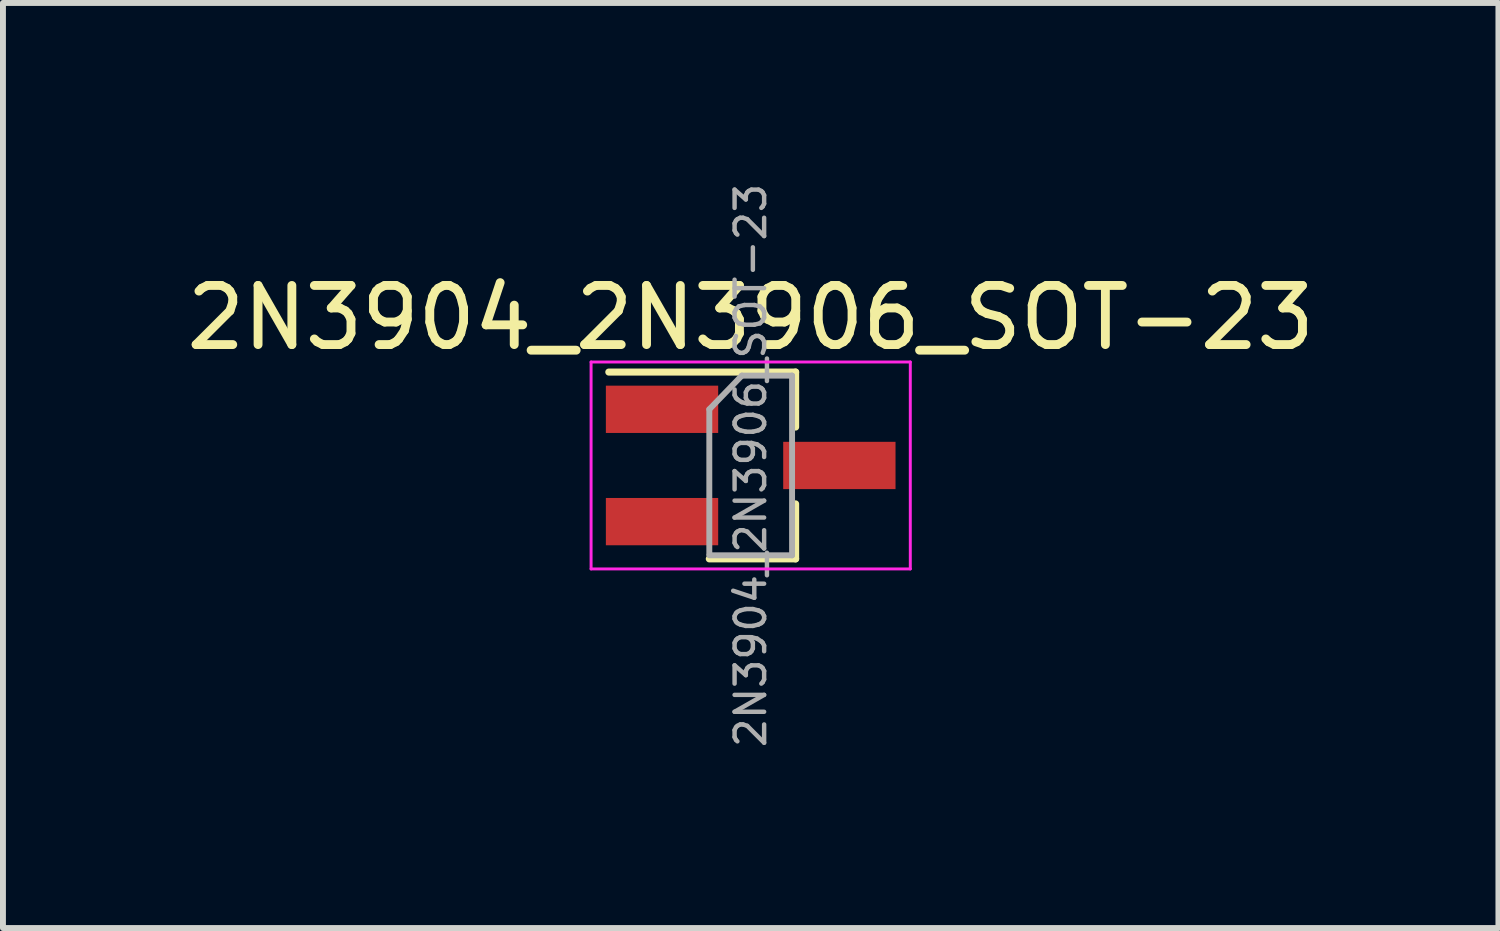
<source format=kicad_pcb>
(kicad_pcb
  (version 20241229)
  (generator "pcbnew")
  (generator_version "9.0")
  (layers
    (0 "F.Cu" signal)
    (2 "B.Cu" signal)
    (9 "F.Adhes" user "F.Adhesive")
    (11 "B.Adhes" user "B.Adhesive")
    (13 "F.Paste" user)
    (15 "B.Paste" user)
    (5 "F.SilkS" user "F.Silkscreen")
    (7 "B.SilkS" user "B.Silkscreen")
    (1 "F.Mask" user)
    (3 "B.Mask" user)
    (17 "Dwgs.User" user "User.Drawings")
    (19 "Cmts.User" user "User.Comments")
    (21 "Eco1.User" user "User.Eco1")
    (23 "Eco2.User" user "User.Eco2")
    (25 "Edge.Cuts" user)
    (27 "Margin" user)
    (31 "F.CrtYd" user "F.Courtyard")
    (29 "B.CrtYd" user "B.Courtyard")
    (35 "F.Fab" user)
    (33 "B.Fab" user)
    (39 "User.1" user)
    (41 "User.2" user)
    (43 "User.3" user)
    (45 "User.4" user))
  (footprint "2N3904_2N3906_SOT-23"
    (layer "F.Cu")
    (at 9.649 4.824)
    (property "Reference" "2N3904_2N3906_SOT-23" (at 0 -2.5 0) (layer "F.SilkS") (effects (font (size 1 1) (thickness 0.15))))
    (attr smd)
    (fp_line (start 0.76 -1.58) (end -2.4 -1.58) (stroke (width 0.12) (type solid)) (layer "F.SilkS"))
    (fp_line (start 0.76 -1.58) (end 0.76 -0.65) (stroke (width 0.12) (type solid)) (layer "F.SilkS"))
    (fp_line (start 0.76 1.58) (end -0.7 1.58) (stroke (width 0.12) (type solid)) (layer "F.SilkS"))
    (fp_line (start 0.76 1.58) (end 0.76 0.65) (stroke (width 0.12) (type solid)) (layer "F.SilkS"))
    (fp_line (start -2.7 -1.75) (end 2.7 -1.75) (stroke (width 0.05) (type solid)) (layer "F.CrtYd"))
    (fp_line (start -2.7 1.75) (end -2.7 -1.75) (stroke (width 0.05) (type solid)) (layer "F.CrtYd"))
    (fp_line (start 2.7 -1.75) (end 2.7 1.75) (stroke (width 0.05) (type solid)) (layer "F.CrtYd"))
    (fp_line (start 2.7 1.75) (end -2.7 1.75) (stroke (width 0.05) (type solid)) (layer "F.CrtYd"))
    (fp_line (start -0.7 -0.95) (end -0.7 1.5) (stroke (width 0.1) (type solid)) (layer "F.Fab"))
    (fp_line (start -0.7 -0.95) (end -0.15 -1.52) (stroke (width 0.1) (type solid)) (layer "F.Fab"))
    (fp_line (start -0.7 1.52) (end 0.7 1.52) (stroke (width 0.1) (type solid)) (layer "F.Fab"))
    (fp_line (start -0.15 -1.52) (end 0.7 -1.52) (stroke (width 0.1) (type solid)) (layer "F.Fab"))
    (fp_line (start 0.7 -1.52) (end 0.7 1.52) (stroke (width 0.1) (type solid)) (layer "F.Fab"))
    (fp_text user "${REFERENCE}" (at 0 0 90) (layer "F.Fab") (effects (font (size 0.5 0.5) (thickness 0.075))))
    (pad "1" smd rect (at -1.5 0.95) (size 1.9 0.8) (layers "F.Cu" "F.Mask" "F.Paste"))
    (pad "2" smd rect (at -1.5 -0.95) (size 1.9 0.8) (layers "F.Cu" "F.Mask" "F.Paste"))
    (pad "3" smd rect (at 1.5 0) (size 1.9 0.8) (layers "F.Cu" "F.Mask" "F.Paste")))
  (gr_rect
    (start -3 -3)
    (end 22.298 12.649)
    (stroke (width 0.1) (type default))
    (fill no)
    (layer "Edge.Cuts")))
</source>
